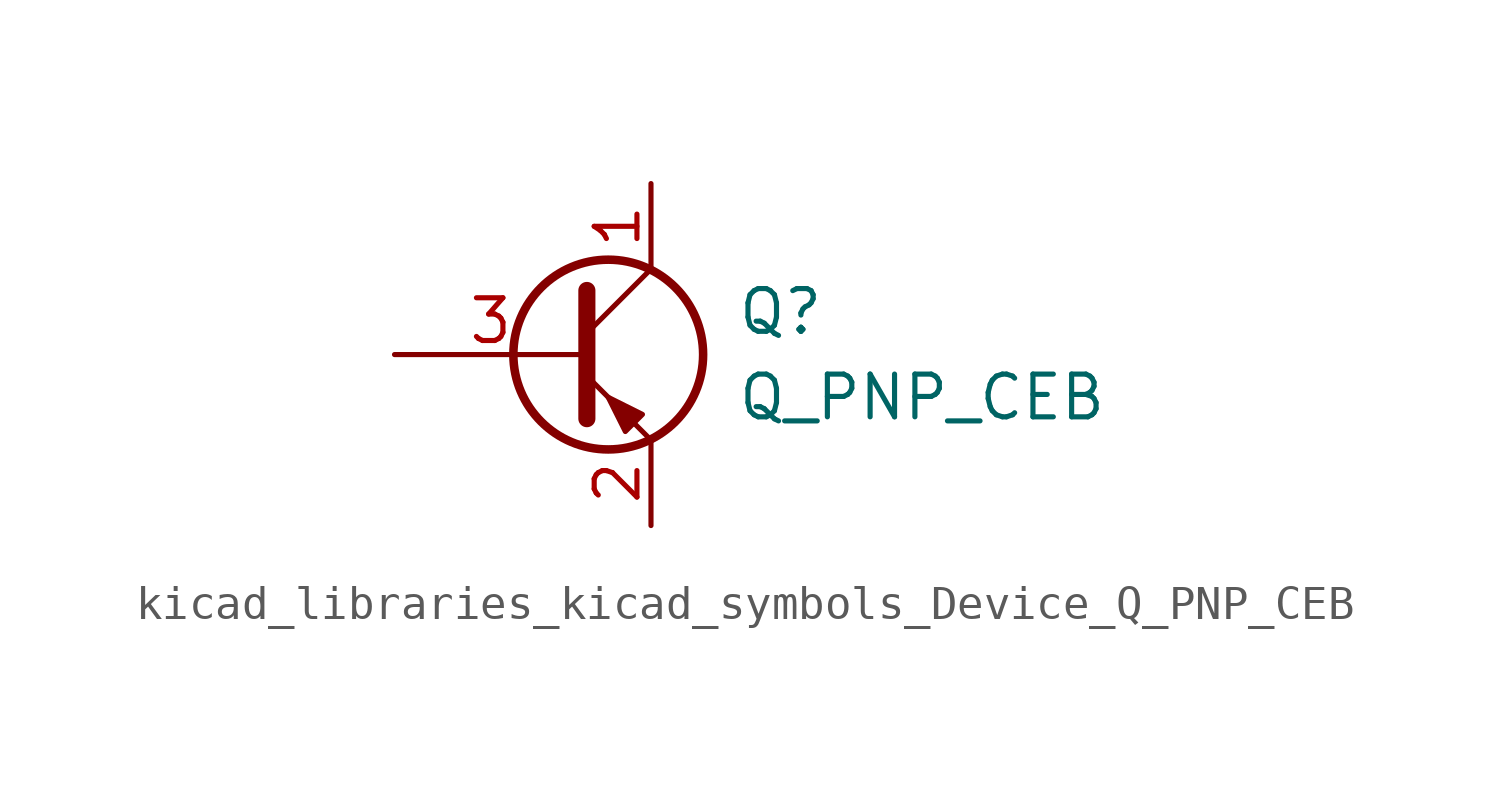
<source format=kicad_sym>
(kicad_symbol_lib
  (version 20220914)
  (generator kicad_symbol_editor)
  (symbol "kicad_libraries_kicad_symbols_Device_Q_PNP_CEB"
    (pin_names
      (offset 0) hide)
    (property "Reference" "Q"
      (at 5.08 1.27 0)
      (effects (font (size 1.27 1.27)) (justify left)))
    (property "Value" "Q_PNP_CEB"
      (at 5.08 -1.27 0)
      (effects (font (size 1.27 1.27)) (justify left)))
    (symbol "kicad_libraries_kicad_symbols_Device_Q_PNP_CEB_0_1"
      (polyline (pts (xy 0.635 0.635) (xy 2.54 2.54)) (stroke (width 0) (type default)) (fill (type none)))
      (polyline (pts (xy 0.635 -0.635) (xy 2.54 -2.54) (xy 2.54 -2.54)) (stroke (width 0) (type default)) (fill (type none)))
      (polyline (pts (xy 0.635 1.905) (xy 0.635 -1.905) (xy 0.635 -1.905)) (stroke (width 0.508) (type default)) (fill (type none)))
      (polyline (pts (xy 2.286 -1.778) (xy 1.778 -2.286) (xy 1.27 -1.27) (xy 2.286 -1.778) (xy 2.286 -1.778)) (stroke (width 0) (type default)) (fill (type outline)))
      (circle (center 1.27 0) (radius 2.819) (stroke (width 0.254) (type default)) (fill (type none))))
    (symbol "kicad_libraries_kicad_symbols_Device_Q_PNP_CEB_1_1"
      (pin passive line (at 2.54 5.08 270) (length 2.54) (name "C" (effects (font (size 1.27 1.27)))) (number "1" (effects (font (size 1.27 1.27)))))
      (pin passive line (at 2.54 -5.08 90) (length 2.54) (name "E" (effects (font (size 1.27 1.27)))) (number "2" (effects (font (size 1.27 1.27)))))
      (pin input line (at -5.08 0 0) (length 5.715) (name "B" (effects (font (size 1.27 1.27)))) (number "3" (effects (font (size 1.27 1.27))))))))
</source>
